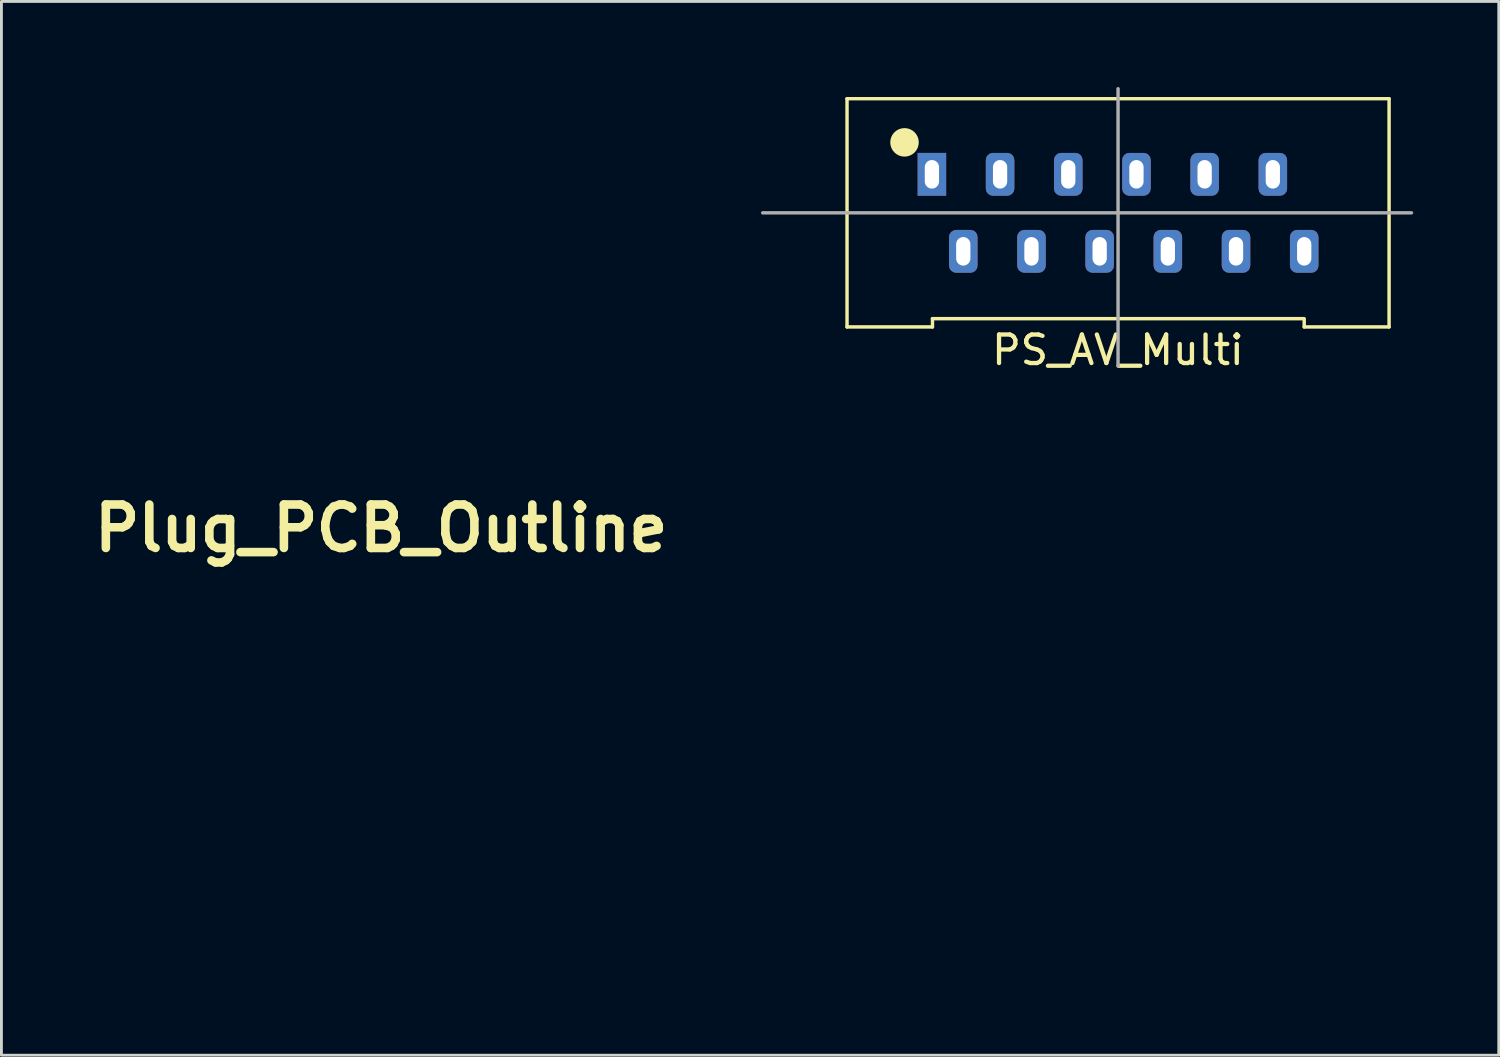
<source format=kicad_pcb>
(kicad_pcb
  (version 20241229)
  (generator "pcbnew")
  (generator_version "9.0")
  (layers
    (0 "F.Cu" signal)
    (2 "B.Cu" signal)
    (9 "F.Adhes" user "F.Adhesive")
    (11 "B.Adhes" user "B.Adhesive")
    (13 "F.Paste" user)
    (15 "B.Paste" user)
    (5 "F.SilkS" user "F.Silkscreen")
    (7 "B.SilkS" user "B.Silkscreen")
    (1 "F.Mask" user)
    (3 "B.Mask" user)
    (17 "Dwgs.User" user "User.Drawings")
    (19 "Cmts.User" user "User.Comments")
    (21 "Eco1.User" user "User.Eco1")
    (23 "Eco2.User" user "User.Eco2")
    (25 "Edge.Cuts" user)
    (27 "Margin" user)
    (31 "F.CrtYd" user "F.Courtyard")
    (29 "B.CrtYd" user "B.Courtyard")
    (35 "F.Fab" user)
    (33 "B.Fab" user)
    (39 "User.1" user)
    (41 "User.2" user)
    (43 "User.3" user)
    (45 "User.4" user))
  (footprint "Plug_PCB_Outline"
    (layer "F.Cu")
    (at 10.312 15.468)
    (property "Reference" "Plug_PCB_Outline" (at 0 0 0) (layer "F.SilkS") (effects (font (size 1.524 1.524) (thickness 0.3))))
    (attr board_only exclude_from_pos_files exclude_from_bom)
    (fp_poly (pts (xy -5.911 -13.662) (xy -3.931 -13.662) (xy -3.931 -15.418) (xy 10.009 -15.418) (xy 10.009 15.418) (xy -10.009 15.418) (xy -10.009 12.723) (xy 8.044 12.723) (xy 8.058 12.886) (xy 8.104 13.009) (xy 8.187 13.101) (xy 8.292 13.163) (xy 8.448 13.209) (xy 8.598 13.201) (xy 8.726 13.153) (xy 8.855 13.066) (xy 8.938 12.954) (xy 8.978 12.837) (xy 8.989 12.678) (xy 8.954 12.534) (xy 8.879 12.413) (xy 8.774 12.32) (xy 8.645 12.261) (xy 8.502 12.243) (xy 8.351 12.271) (xy 8.282 12.301) (xy 8.168 12.373) (xy 8.096 12.453) (xy 8.057 12.557) (xy 8.044 12.698) (xy 8.044 12.723) (xy -10.009 12.723) (xy -10.009 10.181) (xy 8.028 10.181) (xy 8.047 10.323) (xy 8.088 10.426) (xy 8.184 10.544) (xy 8.311 10.623) (xy 8.456 10.661) (xy 8.609 10.654) (xy 8.756 10.601) (xy 8.774 10.591) (xy 8.884 10.493) (xy 8.956 10.365) (xy 8.987 10.217) (xy 8.975 10.062) (xy 8.928 9.936) (xy 8.838 9.819) (xy 8.713 9.739) (xy 8.564 9.701) (xy 8.451 9.702) (xy 8.299 9.743) (xy 8.177 9.824) (xy 8.093 9.926) (xy 8.043 10.041) (xy 8.028 10.181) (xy -10.009 10.181) (xy -10.009 9.089) (xy -6.775 9.089) (xy -6.245 9.089) (xy -4.377 9.089) (xy -3.876 9.089) (xy -1.98 9.089) (xy -1.478 9.089) (xy 0.39 9.089) (xy 0.92 9.089) (xy 2.788 9.089) (xy 3.318 9.089) (xy 5.186 9.089) (xy 5.716 9.089) (xy 5.716 8.114) (xy 5.186 8.114) (xy 5.186 9.089) (xy 3.318 9.089) (xy 3.318 8.114) (xy 2.788 8.114) (xy 2.788 9.089) (xy 0.92 9.089) (xy 0.92 8.114) (xy 0.39 8.114) (xy 0.39 9.089) (xy -1.478 9.089) (xy -1.478 8.114) (xy -1.98 8.114) (xy -1.98 9.089) (xy -3.876 9.089) (xy -3.876 8.114) (xy -4.377 8.114) (xy -4.377 9.089) (xy -6.245 9.089) (xy -6.245 8.114) (xy -6.775 8.114) (xy -6.775 9.089) (xy -10.009 9.089) (xy -10.009 7.588) (xy 8.032 7.588) (xy 8.038 7.737) (xy 8.085 7.878) (xy 8.15 7.971) (xy 8.265 8.056) (xy 8.406 8.104) (xy 8.558 8.112) (xy 8.707 8.077) (xy 8.761 8.051) (xy 8.874 7.959) (xy 8.948 7.838) (xy 8.984 7.701) (xy 8.983 7.559) (xy 8.943 7.422) (xy 8.866 7.304) (xy 8.753 7.215) (xy 8.736 7.206) (xy 8.602 7.165) (xy 8.456 7.158) (xy 8.318 7.183) (xy 8.247 7.216) (xy 8.139 7.314) (xy 8.066 7.442) (xy 8.032 7.588) (xy -10.009 7.588) (xy -10.009 6.385) (xy -5.688 6.385) (xy -5.158 6.385) (xy -3.29 6.385) (xy -2.76 6.385) (xy -0.892 6.385) (xy -0.362 6.385) (xy 1.506 6.385) (xy 2.035 6.385) (xy 3.903 6.385) (xy 4.433 6.385) (xy 6.301 6.385) (xy 6.803 6.385) (xy 6.803 5.409) (xy 6.301 5.409) (xy 6.301 6.385) (xy 4.433 6.385) (xy 4.433 5.409) (xy 3.903 5.409) (xy 3.903 6.385) (xy 2.035 6.385) (xy 2.035 5.409) (xy 1.506 5.409) (xy 1.506 6.385) (xy -0.362 6.385) (xy -0.362 5.409) (xy -0.892 5.409) (xy -0.892 6.385) (xy -2.76 6.385) (xy -2.76 5.409) (xy -3.29 5.409) (xy -3.29 6.385) (xy -5.158 6.385) (xy -5.158 5.409) (xy -5.688 5.409) (xy -5.688 6.385) (xy -10.009 6.385) (xy -10.009 5.051) (xy 8.032 5.051) (xy 8.035 5.192) (xy 8.069 5.315) (xy 8.09 5.353) (xy 8.197 5.465) (xy 8.337 5.54) (xy 8.495 5.57) (xy 8.554 5.569) (xy 8.671 5.548) (xy 8.763 5.511) (xy 8.775 5.502) (xy 8.89 5.386) (xy 8.962 5.247) (xy 8.99 5.096) (xy 8.973 4.945) (xy 8.906 4.805) (xy 8.901 4.798) (xy 8.822 4.723) (xy 8.711 4.658) (xy 8.592 4.613) (xy 8.505 4.601) (xy 8.37 4.624) (xy 8.239 4.685) (xy 8.134 4.771) (xy 8.111 4.799) (xy 8.057 4.913) (xy 8.032 5.051) (xy -10.009 5.051) (xy -10.009 2.551) (xy 8.03 2.551) (xy 8.054 2.711) (xy 8.122 2.844) (xy 8.223 2.946) (xy 8.351 3.011) (xy 8.495 3.034) (xy 8.648 3.009) (xy 8.726 2.976) (xy 8.855 2.889) (xy 8.938 2.778) (xy 8.978 2.661) (xy 8.988 2.497) (xy 8.946 2.345) (xy 8.853 2.21) (xy 8.752 2.124) (xy 8.687 2.086) (xy 8.619 2.068) (xy 8.527 2.067) (xy 8.486 2.069) (xy 8.317 2.102) (xy 8.185 2.177) (xy 8.091 2.29) (xy 8.039 2.438) (xy 8.03 2.551) (xy -10.009 2.551) (xy -10.009 1.338) (xy -9.006 1.338) (xy -8.03 1.338) (xy -2.9 1.338) (xy -1.924 1.338) (xy 2.621 1.338) (xy 3.597 1.338) (xy 3.597 0.019) (xy 8.027 0.019) (xy 8.055 0.164) (xy 8.121 0.295) (xy 8.221 0.397) (xy 8.249 0.415) (xy 8.363 0.457) (xy 8.502 0.472) (xy 8.643 0.459) (xy 8.764 0.419) (xy 8.801 0.397) (xy 8.902 0.294) (xy 8.964 0.166) (xy 8.988 0.024) (xy 8.975 -0.119) (xy 8.924 -0.251) (xy 8.837 -0.361) (xy 8.753 -0.419) (xy 8.594 -0.472) (xy 8.435 -0.473) (xy 8.286 -0.425) (xy 8.157 -0.331) (xy 8.093 -0.253) (xy 8.038 -0.124) (xy 8.027 0.019) (xy 3.597 0.019) (xy 3.597 -0.725) (xy 2.621 -0.725) (xy 2.621 1.338) (xy -1.924 1.338) (xy -1.924 -0.669) (xy -1.087 -0.669) (xy -0.112 -0.669) (xy -0.112 -2.529) (xy 8.03 -2.529) (xy 8.054 -2.373) (xy 8.122 -2.243) (xy 8.224 -2.145) (xy 8.352 -2.083) (xy 8.499 -2.061) (xy 8.655 -2.085) (xy 8.741 -2.119) (xy 8.856 -2.203) (xy 8.936 -2.32) (xy 8.98 -2.456) (xy 8.987 -2.6) (xy 8.955 -2.74) (xy 8.884 -2.864) (xy 8.821 -2.925) (xy 8.685 -2.999) (xy 8.53 -3.027) (xy 8.37 -3.009) (xy 8.22 -2.944) (xy 8.208 -2.937) (xy 8.122 -2.85) (xy 8.062 -2.726) (xy 8.032 -2.578) (xy 8.03 -2.529) (xy -0.112 -2.529) (xy -0.112 -2.732) (xy -1.087 -2.732) (xy -1.087 -0.669) (xy -1.924 -0.669) (xy -1.924 -0.725) (xy -2.9 -0.725) (xy -2.9 1.338) (xy -8.03 1.338) (xy -8.03 -0.669) (xy -6.608 -0.669) (xy -5.632 -0.669) (xy -5.632 -2.732) (xy -6.608 -2.732) (xy -6.608 -0.669) (xy -8.03 -0.669) (xy -8.03 -0.725) (xy -9.006 -0.725) (xy -9.006 1.338) (xy -10.009 1.338) (xy -10.009 -5.135) (xy 8.04 -5.135) (xy 8.044 -4.994) (xy 8.075 -4.867) (xy 8.109 -4.802) (xy 8.218 -4.694) (xy 8.354 -4.627) (xy 8.505 -4.603) (xy 8.655 -4.627) (xy 8.738 -4.664) (xy 8.869 -4.767) (xy 8.954 -4.899) (xy 8.99 -5.051) (xy 8.978 -5.198) (xy 8.921 -5.341) (xy 8.827 -5.451) (xy 8.707 -5.528) (xy 8.572 -5.567) (xy 8.43 -5.569) (xy 8.293 -5.529) (xy 8.171 -5.446) (xy 8.109 -5.375) (xy 8.061 -5.269) (xy 8.04 -5.135) (xy -10.009 -5.135) (xy -10.009 -5.214) (xy -5.911 -5.214) (xy -3.931 -5.214) (xy -3.931 -7.193) (xy -5.911 -7.193) (xy -5.911 -5.214) (xy -10.009 -5.214) (xy -10.009 -7.555) (xy 8.034 -7.555) (xy 8.053 -7.462) (xy 8.083 -7.394) (xy 8.171 -7.278) (xy 8.293 -7.197) (xy 8.435 -7.154) (xy 8.586 -7.153) (xy 8.732 -7.197) (xy 8.763 -7.214) (xy 8.88 -7.312) (xy 8.956 -7.439) (xy 8.99 -7.582) (xy 8.98 -7.731) (xy 8.925 -7.874) (xy 8.865 -7.957) (xy 8.761 -8.05) (xy 8.644 -8.099) (xy 8.5 -8.11) (xy 8.461 -8.108) (xy 8.298 -8.072) (xy 8.173 -7.995) (xy 8.087 -7.878) (xy 8.041 -7.723) (xy 8.036 -7.673) (xy 8.034 -7.555) (xy -10.009 -7.555) (xy -10.009 -9.173) (xy -2.258 -9.173) (xy -1.366 -9.173) (xy -1.366 -9.982) (xy 1.812 -9.982) (xy 4.489 -9.982) (xy 4.489 -10.24) (xy 8.028 -10.24) (xy 8.034 -10.096) (xy 8.081 -9.957) (xy 8.17 -9.833) (xy 8.251 -9.766) (xy 8.37 -9.716) (xy 8.512 -9.701) (xy 8.657 -9.722) (xy 8.766 -9.766) (xy 8.875 -9.858) (xy 8.948 -9.98) (xy 8.983 -10.119) (xy 8.981 -10.265) (xy 8.94 -10.403) (xy 8.861 -10.521) (xy 8.801 -10.574) (xy 8.687 -10.626) (xy 8.547 -10.649) (xy 8.402 -10.642) (xy 8.275 -10.603) (xy 8.259 -10.595) (xy 8.141 -10.5) (xy 8.064 -10.378) (xy 8.028 -10.24) (xy 4.489 -10.24) (xy 4.489 -10.846) (xy 1.812 -10.846) (xy 1.812 -9.982) (xy -1.366 -9.982) (xy -1.366 -11.654) (xy -2.258 -11.654) (xy -2.258 -9.173) (xy -10.009 -9.173) (xy -10.009 -12.714) (xy 8.03 -12.714) (xy 8.048 -12.558) (xy 8.107 -12.434) (xy 8.212 -12.333) (xy 8.295 -12.282) (xy 8.394 -12.252) (xy 8.519 -12.245) (xy 8.645 -12.261) (xy 8.749 -12.297) (xy 8.774 -12.313) (xy 8.894 -12.434) (xy 8.967 -12.578) (xy 8.991 -12.736) (xy 8.978 -12.837) (xy 8.919 -12.983) (xy 8.82 -13.098) (xy 8.69 -13.175) (xy 8.54 -13.207) (xy 8.467 -13.205) (xy 8.302 -13.163) (xy 8.173 -13.079) (xy 8.083 -12.957) (xy 8.036 -12.803) (xy 8.03 -12.714) (xy -10.009 -12.714) (xy -10.009 -15.418) (xy -5.911 -15.418)) (stroke (width 0.1) (type solid)) (fill no) (layer "Eco1.User")))
  (footprint "PS_AV_Multi"
    (layer "F.Cu")
    (at 29.615 3.06)
    (property "Reference" "PS_AV_Multi" (at 6.52 6.16 0) (layer "F.SilkS") (effects (font (size 1 1) (thickness 0.15))))
    (attr through_hole)
    (fp_line (start -2.975 -2.65) (end -2.975 5.35) (stroke (width 0.12) (type solid)) (layer "F.SilkS"))
    (fp_line (start -2.975 -2.65) (end 16.025 -2.65) (stroke (width 0.12) (type solid)) (layer "F.SilkS"))
    (fp_line (start -2.975 5.35) (end 0.02 5.35) (stroke (width 0.12) (type solid)) (layer "F.SilkS"))
    (fp_line (start 0.02 5.06) (end 0.02 5.35) (stroke (width 0.12) (type solid)) (layer "F.SilkS"))
    (fp_line (start 13.05 5.06) (end 0.02 5.06) (stroke (width 0.12) (type solid)) (layer "F.SilkS"))
    (fp_line (start 13.05 5.35) (end 13.05 5.1) (stroke (width 0.12) (type solid)) (layer "F.SilkS"))
    (fp_line (start 13.05 5.35) (end 16.025 5.35) (stroke (width 0.12) (type solid)) (layer "F.SilkS"))
    (fp_line (start 16.025 -2.65) (end 16.025 5.35) (stroke (width 0.12) (type solid)) (layer "F.SilkS"))
    (fp_circle (center -0.96 -1.12) (end -0.96 -1.12) (stroke (width 0.5) (type solid)) (fill no) (layer "F.SilkS"))
    (fp_line (start -5.93 1.35) (end 16.81 1.35) (stroke (width 0.12) (type solid)) (layer "F.Fab"))
    (fp_line (start 6.525 -3) (end 6.525 6.72) (stroke (width 0.12) (type solid)) (layer "F.Fab"))
    (pad "1" thru_hole rect (at 0 0) (size 1 1.5) (drill oval 0.5 1) (layers "*.Cu" "*.Mask"))
    (pad "2" thru_hole roundrect (at 1.1 2.7) (size 1 1.5) (drill oval 0.5 1) (layers "*.Cu" "*.Mask") (roundrect_rratio 0.25))
    (pad "3" thru_hole roundrect (at 2.39 0) (size 1 1.5) (drill oval 0.5 1) (layers "*.Cu" "*.Mask") (roundrect_rratio 0.25))
    (pad "4" thru_hole roundrect (at 3.49 2.7) (size 1 1.5) (drill oval 0.5 1) (layers "*.Cu" "*.Mask") (roundrect_rratio 0.25))
    (pad "5" thru_hole roundrect (at 4.78 0) (size 1 1.5) (drill oval 0.5 1) (layers "*.Cu" "*.Mask") (roundrect_rratio 0.25))
    (pad "6" thru_hole roundrect (at 5.88 2.7) (size 1 1.5) (drill oval 0.5 1) (layers "*.Cu" "*.Mask") (roundrect_rratio 0.25))
    (pad "7" thru_hole roundrect (at 7.17 0) (size 1 1.5) (drill oval 0.5 1) (layers "*.Cu" "*.Mask") (roundrect_rratio 0.25))
    (pad "8" thru_hole roundrect (at 8.27 2.7) (size 1 1.5) (drill oval 0.5 1) (layers "*.Cu" "*.Mask") (roundrect_rratio 0.25))
    (pad "9" thru_hole roundrect (at 9.56 0) (size 1 1.5) (drill oval 0.5 1) (layers "*.Cu" "*.Mask") (roundrect_rratio 0.25))
    (pad "10" thru_hole roundrect (at 10.66 2.7) (size 1 1.5) (drill oval 0.5 1) (layers "*.Cu" "*.Mask") (roundrect_rratio 0.25))
    (pad "11" thru_hole roundrect (at 11.95 0) (size 1 1.5) (drill oval 0.5 1) (layers "*.Cu" "*.Mask") (roundrect_rratio 0.25))
    (pad "12" thru_hole roundrect (at 13.05 2.7) (size 1 1.5) (drill oval 0.5 1) (layers "*.Cu" "*.Mask") (roundrect_rratio 0.25)))
  (gr_rect
    (start -3 -3)
    (end 49.485 33.937)
    (stroke (width 0.1) (type default))
    (fill no)
    (layer "Edge.Cuts")))
</source>
